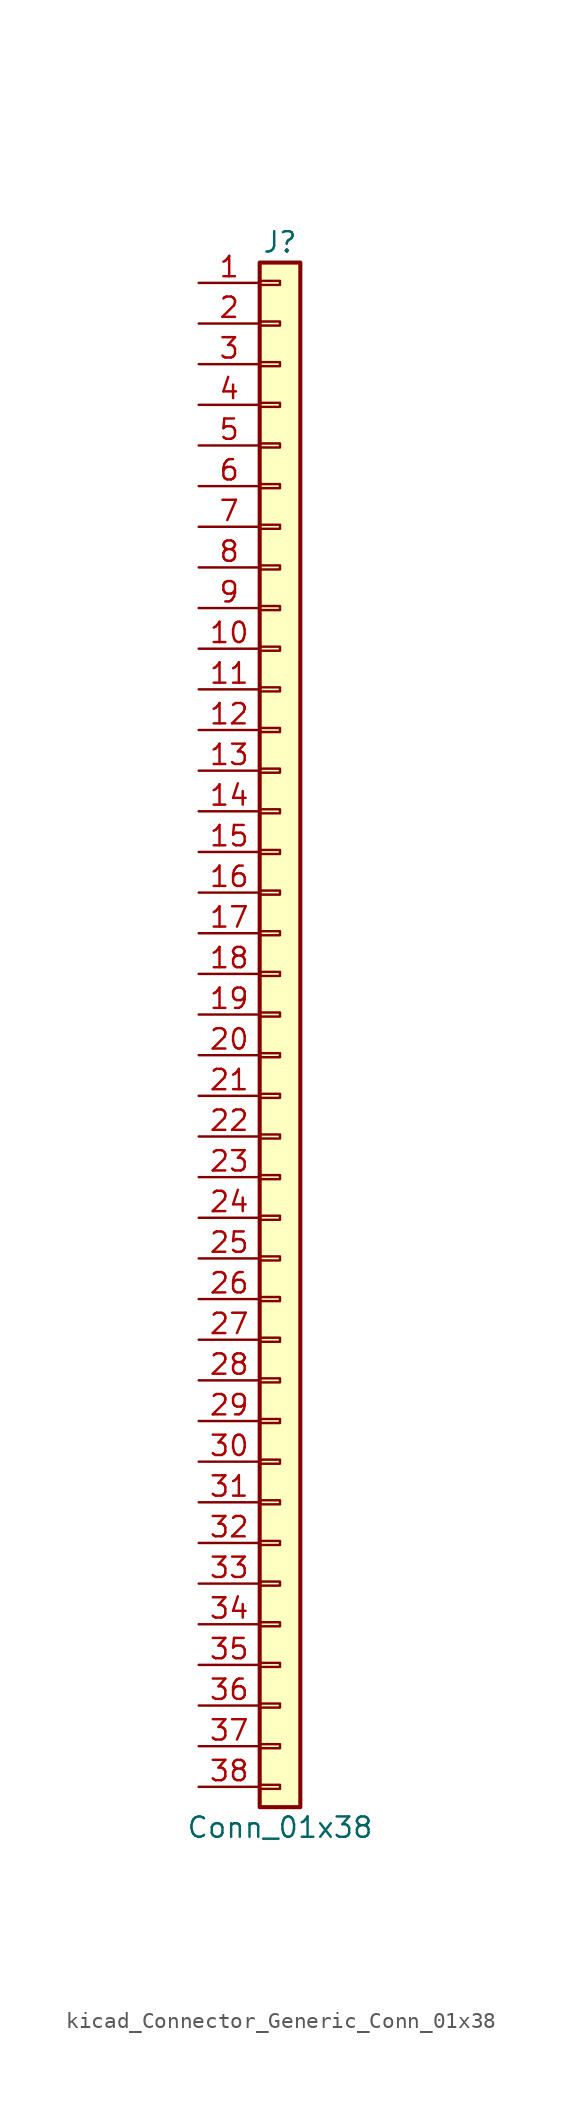
<source format=kicad_sym>
(kicad_symbol_lib
  (version 20220914)
  (generator kicad_symbol_editor)
  (symbol "kicad_Connector_Generic_Conn_01x38"
    (pin_names
      (offset 1.016) hide)
    (property "Reference" "J"
      (at 0 48.26 0)
      (effects (font (size 1.27 1.27))))
    (property "Value" "Conn_01x38"
      (at 0 -50.8 0)
      (effects (font (size 1.27 1.27))))
    (symbol "kicad_Connector_Generic_Conn_01x38_1_1"
      (rectangle (start -1.27 -48.133) (end 0 -48.387) (stroke (width 0.152) (type default)) (fill (type none)))
      (rectangle (start -1.27 -45.593) (end 0 -45.847) (stroke (width 0.152) (type default)) (fill (type none)))
      (rectangle (start -1.27 -43.053) (end 0 -43.307) (stroke (width 0.152) (type default)) (fill (type none)))
      (rectangle (start -1.27 -40.513) (end 0 -40.767) (stroke (width 0.152) (type default)) (fill (type none)))
      (rectangle (start -1.27 -37.973) (end 0 -38.227) (stroke (width 0.152) (type default)) (fill (type none)))
      (rectangle (start -1.27 -35.433) (end 0 -35.687) (stroke (width 0.152) (type default)) (fill (type none)))
      (rectangle (start -1.27 -32.893) (end 0 -33.147) (stroke (width 0.152) (type default)) (fill (type none)))
      (rectangle (start -1.27 -30.353) (end 0 -30.607) (stroke (width 0.152) (type default)) (fill (type none)))
      (rectangle (start -1.27 -27.813) (end 0 -28.067) (stroke (width 0.152) (type default)) (fill (type none)))
      (rectangle (start -1.27 -25.273) (end 0 -25.527) (stroke (width 0.152) (type default)) (fill (type none)))
      (rectangle (start -1.27 -22.733) (end 0 -22.987) (stroke (width 0.152) (type default)) (fill (type none)))
      (rectangle (start -1.27 -20.193) (end 0 -20.447) (stroke (width 0.152) (type default)) (fill (type none)))
      (rectangle (start -1.27 -17.653) (end 0 -17.907) (stroke (width 0.152) (type default)) (fill (type none)))
      (rectangle (start -1.27 -15.113) (end 0 -15.367) (stroke (width 0.152) (type default)) (fill (type none)))
      (rectangle (start -1.27 -12.573) (end 0 -12.827) (stroke (width 0.152) (type default)) (fill (type none)))
      (rectangle (start -1.27 -10.033) (end 0 -10.287) (stroke (width 0.152) (type default)) (fill (type none)))
      (rectangle (start -1.27 -7.493) (end 0 -7.747) (stroke (width 0.152) (type default)) (fill (type none)))
      (rectangle (start -1.27 -4.953) (end 0 -5.207) (stroke (width 0.152) (type default)) (fill (type none)))
      (rectangle (start -1.27 -2.413) (end 0 -2.667) (stroke (width 0.152) (type default)) (fill (type none)))
      (rectangle (start -1.27 0.127) (end 0 -0.127) (stroke (width 0.152) (type default)) (fill (type none)))
      (rectangle (start -1.27 2.667) (end 0 2.413) (stroke (width 0.152) (type default)) (fill (type none)))
      (rectangle (start -1.27 5.207) (end 0 4.953) (stroke (width 0.152) (type default)) (fill (type none)))
      (rectangle (start -1.27 7.747) (end 0 7.493) (stroke (width 0.152) (type default)) (fill (type none)))
      (rectangle (start -1.27 10.287) (end 0 10.033) (stroke (width 0.152) (type default)) (fill (type none)))
      (rectangle (start -1.27 12.827) (end 0 12.573) (stroke (width 0.152) (type default)) (fill (type none)))
      (rectangle (start -1.27 15.367) (end 0 15.113) (stroke (width 0.152) (type default)) (fill (type none)))
      (rectangle (start -1.27 17.907) (end 0 17.653) (stroke (width 0.152) (type default)) (fill (type none)))
      (rectangle (start -1.27 20.447) (end 0 20.193) (stroke (width 0.152) (type default)) (fill (type none)))
      (rectangle (start -1.27 22.987) (end 0 22.733) (stroke (width 0.152) (type default)) (fill (type none)))
      (rectangle (start -1.27 25.527) (end 0 25.273) (stroke (width 0.152) (type default)) (fill (type none)))
      (rectangle (start -1.27 28.067) (end 0 27.813) (stroke (width 0.152) (type default)) (fill (type none)))
      (rectangle (start -1.27 30.607) (end 0 30.353) (stroke (width 0.152) (type default)) (fill (type none)))
      (rectangle (start -1.27 33.147) (end 0 32.893) (stroke (width 0.152) (type default)) (fill (type none)))
      (rectangle (start -1.27 35.687) (end 0 35.433) (stroke (width 0.152) (type default)) (fill (type none)))
      (rectangle (start -1.27 38.227) (end 0 37.973) (stroke (width 0.152) (type default)) (fill (type none)))
      (rectangle (start -1.27 40.767) (end 0 40.513) (stroke (width 0.152) (type default)) (fill (type none)))
      (rectangle (start -1.27 43.307) (end 0 43.053) (stroke (width 0.152) (type default)) (fill (type none)))
      (rectangle (start -1.27 45.847) (end 0 45.593) (stroke (width 0.152) (type default)) (fill (type none)))
      (rectangle (start -1.27 46.99) (end 1.27 -49.53) (stroke (width 0.254) (type default)) (fill (type background)))
      (pin passive line (at -5.08 45.72 0) (length 3.81) (name "Pin_1" (effects (font (size 1.27 1.27)))) (number "1" (effects (font (size 1.27 1.27)))))
      (pin passive line (at -5.08 22.86 0) (length 3.81) (name "Pin_10" (effects (font (size 1.27 1.27)))) (number "10" (effects (font (size 1.27 1.27)))))
      (pin passive line (at -5.08 20.32 0) (length 3.81) (name "Pin_11" (effects (font (size 1.27 1.27)))) (number "11" (effects (font (size 1.27 1.27)))))
      (pin passive line (at -5.08 17.78 0) (length 3.81) (name "Pin_12" (effects (font (size 1.27 1.27)))) (number "12" (effects (font (size 1.27 1.27)))))
      (pin passive line (at -5.08 15.24 0) (length 3.81) (name "Pin_13" (effects (font (size 1.27 1.27)))) (number "13" (effects (font (size 1.27 1.27)))))
      (pin passive line (at -5.08 12.7 0) (length 3.81) (name "Pin_14" (effects (font (size 1.27 1.27)))) (number "14" (effects (font (size 1.27 1.27)))))
      (pin passive line (at -5.08 10.16 0) (length 3.81) (name "Pin_15" (effects (font (size 1.27 1.27)))) (number "15" (effects (font (size 1.27 1.27)))))
      (pin passive line (at -5.08 7.62 0) (length 3.81) (name "Pin_16" (effects (font (size 1.27 1.27)))) (number "16" (effects (font (size 1.27 1.27)))))
      (pin passive line (at -5.08 5.08 0) (length 3.81) (name "Pin_17" (effects (font (size 1.27 1.27)))) (number "17" (effects (font (size 1.27 1.27)))))
      (pin passive line (at -5.08 2.54 0) (length 3.81) (name "Pin_18" (effects (font (size 1.27 1.27)))) (number "18" (effects (font (size 1.27 1.27)))))
      (pin passive line (at -5.08 0 0) (length 3.81) (name "Pin_19" (effects (font (size 1.27 1.27)))) (number "19" (effects (font (size 1.27 1.27)))))
      (pin passive line (at -5.08 43.18 0) (length 3.81) (name "Pin_2" (effects (font (size 1.27 1.27)))) (number "2" (effects (font (size 1.27 1.27)))))
      (pin passive line (at -5.08 -2.54 0) (length 3.81) (name "Pin_20" (effects (font (size 1.27 1.27)))) (number "20" (effects (font (size 1.27 1.27)))))
      (pin passive line (at -5.08 -5.08 0) (length 3.81) (name "Pin_21" (effects (font (size 1.27 1.27)))) (number "21" (effects (font (size 1.27 1.27)))))
      (pin passive line (at -5.08 -7.62 0) (length 3.81) (name "Pin_22" (effects (font (size 1.27 1.27)))) (number "22" (effects (font (size 1.27 1.27)))))
      (pin passive line (at -5.08 -10.16 0) (length 3.81) (name "Pin_23" (effects (font (size 1.27 1.27)))) (number "23" (effects (font (size 1.27 1.27)))))
      (pin passive line (at -5.08 -12.7 0) (length 3.81) (name "Pin_24" (effects (font (size 1.27 1.27)))) (number "24" (effects (font (size 1.27 1.27)))))
      (pin passive line (at -5.08 -15.24 0) (length 3.81) (name "Pin_25" (effects (font (size 1.27 1.27)))) (number "25" (effects (font (size 1.27 1.27)))))
      (pin passive line (at -5.08 -17.78 0) (length 3.81) (name "Pin_26" (effects (font (size 1.27 1.27)))) (number "26" (effects (font (size 1.27 1.27)))))
      (pin passive line (at -5.08 -20.32 0) (length 3.81) (name "Pin_27" (effects (font (size 1.27 1.27)))) (number "27" (effects (font (size 1.27 1.27)))))
      (pin passive line (at -5.08 -22.86 0) (length 3.81) (name "Pin_28" (effects (font (size 1.27 1.27)))) (number "28" (effects (font (size 1.27 1.27)))))
      (pin passive line (at -5.08 -25.4 0) (length 3.81) (name "Pin_29" (effects (font (size 1.27 1.27)))) (number "29" (effects (font (size 1.27 1.27)))))
      (pin passive line (at -5.08 40.64 0) (length 3.81) (name "Pin_3" (effects (font (size 1.27 1.27)))) (number "3" (effects (font (size 1.27 1.27)))))
      (pin passive line (at -5.08 -27.94 0) (length 3.81) (name "Pin_30" (effects (font (size 1.27 1.27)))) (number "30" (effects (font (size 1.27 1.27)))))
      (pin passive line (at -5.08 -30.48 0) (length 3.81) (name "Pin_31" (effects (font (size 1.27 1.27)))) (number "31" (effects (font (size 1.27 1.27)))))
      (pin passive line (at -5.08 -33.02 0) (length 3.81) (name "Pin_32" (effects (font (size 1.27 1.27)))) (number "32" (effects (font (size 1.27 1.27)))))
      (pin passive line (at -5.08 -35.56 0) (length 3.81) (name "Pin_33" (effects (font (size 1.27 1.27)))) (number "33" (effects (font (size 1.27 1.27)))))
      (pin passive line (at -5.08 -38.1 0) (length 3.81) (name "Pin_34" (effects (font (size 1.27 1.27)))) (number "34" (effects (font (size 1.27 1.27)))))
      (pin passive line (at -5.08 -40.64 0) (length 3.81) (name "Pin_35" (effects (font (size 1.27 1.27)))) (number "35" (effects (font (size 1.27 1.27)))))
      (pin passive line (at -5.08 -43.18 0) (length 3.81) (name "Pin_36" (effects (font (size 1.27 1.27)))) (number "36" (effects (font (size 1.27 1.27)))))
      (pin passive line (at -5.08 -45.72 0) (length 3.81) (name "Pin_37" (effects (font (size 1.27 1.27)))) (number "37" (effects (font (size 1.27 1.27)))))
      (pin passive line (at -5.08 -48.26 0) (length 3.81) (name "Pin_38" (effects (font (size 1.27 1.27)))) (number "38" (effects (font (size 1.27 1.27)))))
      (pin passive line (at -5.08 38.1 0) (length 3.81) (name "Pin_4" (effects (font (size 1.27 1.27)))) (number "4" (effects (font (size 1.27 1.27)))))
      (pin passive line (at -5.08 35.56 0) (length 3.81) (name "Pin_5" (effects (font (size 1.27 1.27)))) (number "5" (effects (font (size 1.27 1.27)))))
      (pin passive line (at -5.08 33.02 0) (length 3.81) (name "Pin_6" (effects (font (size 1.27 1.27)))) (number "6" (effects (font (size 1.27 1.27)))))
      (pin passive line (at -5.08 30.48 0) (length 3.81) (name "Pin_7" (effects (font (size 1.27 1.27)))) (number "7" (effects (font (size 1.27 1.27)))))
      (pin passive line (at -5.08 27.94 0) (length 3.81) (name "Pin_8" (effects (font (size 1.27 1.27)))) (number "8" (effects (font (size 1.27 1.27)))))
      (pin passive line (at -5.08 25.4 0) (length 3.81) (name "Pin_9" (effects (font (size 1.27 1.27)))) (number "9" (effects (font (size 1.27 1.27))))))))
</source>
